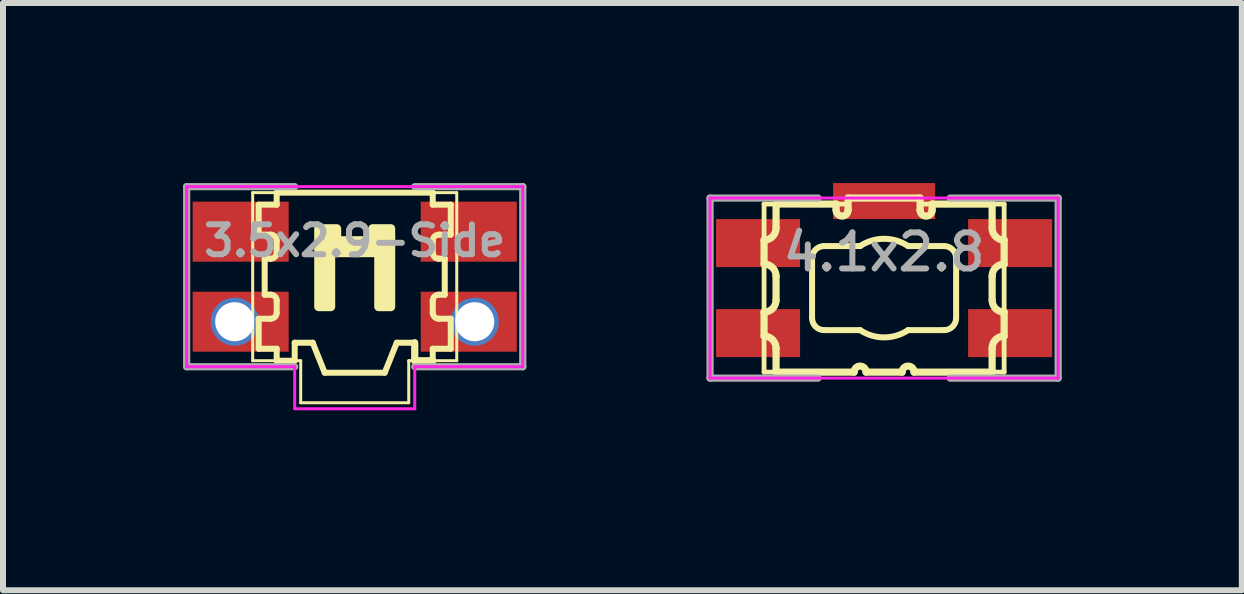
<source format=kicad_pcb>
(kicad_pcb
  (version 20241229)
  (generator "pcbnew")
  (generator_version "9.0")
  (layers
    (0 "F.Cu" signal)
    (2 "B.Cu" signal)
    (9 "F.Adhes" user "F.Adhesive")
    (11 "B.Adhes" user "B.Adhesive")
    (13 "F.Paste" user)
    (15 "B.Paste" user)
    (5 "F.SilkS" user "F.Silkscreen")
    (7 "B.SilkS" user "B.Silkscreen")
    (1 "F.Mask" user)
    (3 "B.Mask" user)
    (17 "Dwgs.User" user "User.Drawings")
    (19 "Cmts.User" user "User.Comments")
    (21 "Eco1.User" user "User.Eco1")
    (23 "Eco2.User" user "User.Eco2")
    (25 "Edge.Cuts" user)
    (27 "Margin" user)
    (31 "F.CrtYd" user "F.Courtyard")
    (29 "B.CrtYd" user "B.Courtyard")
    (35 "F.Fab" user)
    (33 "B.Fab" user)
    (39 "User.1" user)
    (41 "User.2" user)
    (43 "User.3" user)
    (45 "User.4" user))
  (footprint "4.1x2.8"
    (layer "F.Cu")
    (at 11.68 1.75)
    (property "Reference" "4.1x2.8" (at 0 -0.6 0) (layer "F.Fab") (effects (font (size 0.6 0.6) (thickness 0.1))))
    (attr through_hole)
    (fp_line (start -2 -1.4) (end -0.6 -1.4) (stroke (width 0.08) (type solid)) (layer "F.SilkS"))
    (fp_line (start -2 -0.8) (end -2 -0.4) (stroke (width 0.12) (type solid)) (layer "F.SilkS"))
    (fp_line (start -2 0.4) (end -2 0.8) (stroke (width 0.12) (type solid)) (layer "F.SilkS"))
    (fp_line (start -2 1.4) (end -2 -1.4) (stroke (width 0.08) (type solid)) (layer "F.SilkS"))
    (fp_line (start -1.8 -1.401) (end -0.8 -1.4) (stroke (width 0.12) (type solid)) (layer "F.SilkS"))
    (fp_line (start -1.8 -1.4) (end -1.8 -1) (stroke (width 0.12) (type solid)) (layer "F.SilkS"))
    (fp_line (start -1.8 0.2) (end -1.8 -0.2) (stroke (width 0.12) (type solid)) (layer "F.SilkS"))
    (fp_line (start -1.8 1.4) (end -1.8 1) (stroke (width 0.12) (type solid)) (layer "F.SilkS"))
    (fp_line (start -1.8 1.4) (end -0.5 1.4) (stroke (width 0.12) (type solid)) (layer "F.SilkS"))
    (fp_line (start -1.2 0.5) (end -1.2 -0.5) (stroke (width 0.1) (type solid)) (layer "F.SilkS"))
    (fp_line (start -0.8 -1.4) (end -0.8 -1.3) (stroke (width 0.12) (type solid)) (layer "F.SilkS"))
    (fp_line (start -0.6 -1.5) (end -0.6 -1.3) (stroke (width 0.12) (type solid)) (layer "F.SilkS"))
    (fp_line (start -0.6 -1.5) (end 0.6 -1.5) (stroke (width 0.12) (type solid)) (layer "F.SilkS"))
    (fp_line (start -0.5 1.4) (end -2 1.4) (stroke (width 0.08) (type solid)) (layer "F.SilkS"))
    (fp_line (start -0.4 -0.7) (end -1 -0.7) (stroke (width 0.1) (type solid)) (layer "F.SilkS"))
    (fp_line (start -0.4 0.7) (end -1 0.7) (stroke (width 0.1) (type solid)) (layer "F.SilkS"))
    (fp_line (start -0.3 1.4) (end 0.3 1.4) (stroke (width 0.12) (type solid)) (layer "F.SilkS"))
    (fp_line (start 0.4 -0.7) (end 1 -0.7) (stroke (width 0.1) (type solid)) (layer "F.SilkS"))
    (fp_line (start 0.4 0.7) (end 1 0.7) (stroke (width 0.1) (type solid)) (layer "F.SilkS"))
    (fp_line (start 0.5 1.4) (end 1.8 1.4) (stroke (width 0.12) (type solid)) (layer "F.SilkS"))
    (fp_line (start 0.6 -1.5) (end 0.6 -1.3) (stroke (width 0.12) (type solid)) (layer "F.SilkS"))
    (fp_line (start 0.6 -1.4) (end 2 -1.4) (stroke (width 0.08) (type solid)) (layer "F.SilkS"))
    (fp_line (start 0.8 -1.4) (end 0.8 -1.3) (stroke (width 0.12) (type solid)) (layer "F.SilkS"))
    (fp_line (start 0.8 -1.4) (end 1.8 -1.4) (stroke (width 0.12) (type solid)) (layer "F.SilkS"))
    (fp_line (start 1.2 -0.5) (end 1.2 0.5) (stroke (width 0.1) (type solid)) (layer "F.SilkS"))
    (fp_line (start 1.8 -1.4) (end 1.8 -1) (stroke (width 0.12) (type solid)) (layer "F.SilkS"))
    (fp_line (start 1.8 -0.2) (end 1.8 0.2) (stroke (width 0.12) (type solid)) (layer "F.SilkS"))
    (fp_line (start 1.8 1.4) (end 1.8 1) (stroke (width 0.12) (type solid)) (layer "F.SilkS"))
    (fp_line (start 2 -0.4) (end 2 -0.8) (stroke (width 0.12) (type solid)) (layer "F.SilkS"))
    (fp_line (start 2 0.8) (end 2 0.4) (stroke (width 0.12) (type solid)) (layer "F.SilkS"))
    (fp_line (start 2 1.4) (end 0.5 1.4) (stroke (width 0.08) (type solid)) (layer "F.SilkS"))
    (fp_line (start 2 1.4) (end 2 -1.4) (stroke (width 0.08) (type solid)) (layer "F.SilkS"))
    (fp_arc (start -2 -0.4) (mid -1.858579 -0.341421) (end -1.8 -0.2) (stroke (width 0.12) (type solid)) (layer "F.SilkS"))
    (fp_arc (start -2 0.8) (mid -1.858579 0.858579) (end -1.8 1) (stroke (width 0.12) (type solid)) (layer "F.SilkS"))
    (fp_arc (start -1.8 -1) (mid -1.858579 -0.858579) (end -2 -0.8) (stroke (width 0.12) (type solid)) (layer "F.SilkS"))
    (fp_arc (start -1.8 0.2) (mid -1.858579 0.341421) (end -2 0.4) (stroke (width 0.12) (type solid)) (layer "F.SilkS"))
    (fp_arc (start -1.2 -0.5) (mid -1.141421 -0.641421) (end -1 -0.7) (stroke (width 0.1) (type solid)) (layer "F.SilkS"))
    (fp_arc (start -1 0.7) (mid -1.141421 0.641421) (end -1.2 0.5) (stroke (width 0.1) (type solid)) (layer "F.SilkS"))
    (fp_arc (start -0.6 -1.3) (mid -0.7 -1.2) (end -0.8 -1.3) (stroke (width 0.12) (type solid)) (layer "F.SilkS"))
    (fp_arc (start -0.5 1.4) (mid -0.4 1.3) (end -0.3 1.4) (stroke (width 0.12) (type solid)) (layer "F.SilkS"))
    (fp_arc (start -0.4 -0.7) (mid 0.000082 -0.821249) (end 0.400206 -0.700139) (stroke (width 0.1) (type solid)) (layer "F.SilkS"))
    (fp_arc (start 0.3 1.4) (mid 0.4 1.3) (end 0.5 1.4) (stroke (width 0.12) (type solid)) (layer "F.SilkS"))
    (fp_arc (start 0.4 0.7) (mid -0.000082 0.821249) (end -0.400206 0.700139) (stroke (width 0.1) (type solid)) (layer "F.SilkS"))
    (fp_arc (start 0.8 -1.3) (mid 0.7 -1.2) (end 0.6 -1.3) (stroke (width 0.12) (type solid)) (layer "F.SilkS"))
    (fp_arc (start 1 -0.7) (mid 1.141421 -0.641421) (end 1.2 -0.5) (stroke (width 0.1) (type solid)) (layer "F.SilkS"))
    (fp_arc (start 1.2 0.5) (mid 1.141421 0.641421) (end 1 0.7) (stroke (width 0.1) (type solid)) (layer "F.SilkS"))
    (fp_arc (start 1.8 -0.2) (mid 1.858579 -0.341421) (end 2 -0.4) (stroke (width 0.12) (type solid)) (layer "F.SilkS"))
    (fp_arc (start 1.8 1) (mid 1.858579 0.858579) (end 2 0.8) (stroke (width 0.12) (type solid)) (layer "F.SilkS"))
    (fp_arc (start 2 -0.8) (mid 1.858579 -0.858579) (end 1.8 -1) (stroke (width 0.12) (type solid)) (layer "F.SilkS"))
    (fp_arc (start 2 0.4) (mid 1.858579 0.341421) (end 1.8 0.2) (stroke (width 0.12) (type solid)) (layer "F.SilkS"))
    (fp_line (start -2.9 -1.5) (end 2.9 -1.5) (stroke (width 0.05) (type solid)) (layer "F.CrtYd"))
    (fp_line (start -2.9 1.5) (end -2.9 -1.5) (stroke (width 0.05) (type solid)) (layer "F.CrtYd"))
    (fp_line (start -2.9 1.5) (end 2.9 1.5) (stroke (width 0.05) (type solid)) (layer "F.CrtYd"))
    (fp_line (start 2.9 -1.5) (end 2.9 1.5) (stroke (width 0.05) (type solid)) (layer "F.CrtYd"))
    (fp_line (start -2.9 -1.5) (end -2.9 1.5) (stroke (width 0.12) (type solid)) (layer "F.Fab"))
    (fp_line (start -2.9 -1.5) (end -1.1 -1.5) (stroke (width 0.12) (type solid)) (layer "F.Fab"))
    (fp_line (start -2.9 1.5) (end -1.1 1.5) (stroke (width 0.12) (type solid)) (layer "F.Fab"))
    (fp_line (start 2.9 -1.5) (end 1.1 -1.5) (stroke (width 0.12) (type solid)) (layer "F.Fab"))
    (fp_line (start 2.9 1.5) (end 1.1 1.5) (stroke (width 0.12) (type solid)) (layer "F.Fab"))
    (fp_line (start 2.9 1.5) (end 2.9 -1.5) (stroke (width 0.12) (type solid)) (layer "F.Fab"))
    (pad "0" smd rect (at 0 -1.45) (size 1.7 0.6) (layers "F.Cu" "F.Mask" "F.Paste"))
    (pad "1" smd rect (at -2.1 -0.75) (size 1.4 0.8) (layers "F.Cu" "F.Mask" "F.Paste"))
    (pad "2" smd rect (at -2.1 0.75) (size 1.4 0.8) (layers "F.Cu" "F.Mask" "F.Paste"))
    (pad "3" smd rect (at 2.1 -0.75) (size 1.4 0.8) (layers "F.Cu" "F.Mask" "F.Paste"))
    (pad "4" smd rect (at 2.1 0.75) (size 1.4 0.8) (layers "F.Cu" "F.Mask" "F.Paste")))
  (footprint "3.5x2.9-Side"
    (layer "F.Cu")
    (at 2.86 1.56)
    (property "Reference" "3.5x2.9-Side" (at 0 -0.6 0) (layer "F.Fab") (effects (font (size 0.5 0.5) (thickness 0.1))))
    (attr through_hole)
    (fp_line (start -1.7 -1.4) (end -1.7 1.4) (stroke (width 0.05) (type solid)) (layer "F.SilkS"))
    (fp_line (start -1.7 -1.4) (end 1.7 -1.4) (stroke (width 0.05) (type solid)) (layer "F.SilkS"))
    (fp_line (start -1.7 1.4) (end -0.9 1.4) (stroke (width 0.05) (type solid)) (layer "F.SilkS"))
    (fp_line (start -1.6 -1.2) (end -1.3 -1.2) (stroke (width 0.1) (type solid)) (layer "F.SilkS"))
    (fp_line (start -1.6 -0.7) (end -1.6 -1.2) (stroke (width 0.1) (type solid)) (layer "F.SilkS"))
    (fp_line (start -1.6 1.2) (end -1.6 0.7) (stroke (width 0.1) (type solid)) (layer "F.SilkS"))
    (fp_line (start -1.6 1.2) (end -1.3 1.2) (stroke (width 0.1) (type solid)) (layer "F.SilkS"))
    (fp_line (start -1.5 -0.3) (end -1.5 0.3) (stroke (width 0.1) (type solid)) (layer "F.SilkS"))
    (fp_line (start -1.4 -0.7) (end -1.6 -0.7) (stroke (width 0.1) (type solid)) (layer "F.SilkS"))
    (fp_line (start -1.4 -0.3) (end -1.5 -0.3) (stroke (width 0.1) (type solid)) (layer "F.SilkS"))
    (fp_line (start -1.4 0.3) (end -1.5 0.3) (stroke (width 0.1) (type solid)) (layer "F.SilkS"))
    (fp_line (start -1.4 0.7) (end -1.6 0.7) (stroke (width 0.1) (type solid)) (layer "F.SilkS"))
    (fp_line (start -1.3 -1.2) (end -1.3 -1.4) (stroke (width 0.1) (type solid)) (layer "F.SilkS"))
    (fp_line (start -1.3 -0.4) (end -1.3 -0.6) (stroke (width 0.1) (type solid)) (layer "F.SilkS"))
    (fp_line (start -1.3 0.6) (end -1.3 0.4) (stroke (width 0.1) (type solid)) (layer "F.SilkS"))
    (fp_line (start -1.3 1.4) (end -1.3 1.2) (stroke (width 0.1) (type solid)) (layer "F.SilkS"))
    (fp_line (start -1 1.1) (end -1 1.4) (stroke (width 0.1) (type solid)) (layer "F.SilkS"))
    (fp_line (start -1 1.1) (end -0.7 1.1) (stroke (width 0.1) (type solid)) (layer "F.SilkS"))
    (fp_line (start -1 1.4) (end -1.3 1.4) (stroke (width 0.1) (type solid)) (layer "F.SilkS"))
    (fp_line (start -0.9 2.1) (end -0.9 1.4) (stroke (width 0.05) (type solid)) (layer "F.SilkS"))
    (fp_line (start -0.5 1.6) (end -0.7 1.1) (stroke (width 0.1) (type solid)) (layer "F.SilkS"))
    (fp_line (start -0.5 1.6) (end 0.5 1.6) (stroke (width 0.1) (type solid)) (layer "F.SilkS"))
    (fp_line (start 0.5 1.6) (end 0.7 1.1) (stroke (width 0.1) (type solid)) (layer "F.SilkS"))
    (fp_line (start 0.7 1.1) (end 1 1.1) (stroke (width 0.1) (type solid)) (layer "F.SilkS"))
    (fp_line (start 0.9 1.4) (end 1.7 1.4) (stroke (width 0.05) (type solid)) (layer "F.SilkS"))
    (fp_line (start 0.9 2.1) (end -0.9 2.1) (stroke (width 0.05) (type solid)) (layer "F.SilkS"))
    (fp_line (start 0.9 2.1) (end 0.9 1.4) (stroke (width 0.05) (type solid)) (layer "F.SilkS"))
    (fp_line (start 1 1.1) (end 1 1.4) (stroke (width 0.12) (type solid)) (layer "F.SilkS"))
    (fp_line (start 1 1.4) (end 1.3 1.4) (stroke (width 0.12) (type solid)) (layer "F.SilkS"))
    (fp_line (start 1.3 -1.4) (end -1.3 -1.4) (stroke (width 0.1) (type solid)) (layer "F.SilkS"))
    (fp_line (start 1.3 -1.4) (end 1.3 -1.2) (stroke (width 0.1) (type solid)) (layer "F.SilkS"))
    (fp_line (start 1.3 -0.6) (end 1.3 -0.4) (stroke (width 0.1) (type solid)) (layer "F.SilkS"))
    (fp_line (start 1.3 0.4) (end 1.3 0.6) (stroke (width 0.1) (type solid)) (layer "F.SilkS"))
    (fp_line (start 1.3 1.2) (end 1.3 1.4) (stroke (width 0.1) (type solid)) (layer "F.SilkS"))
    (fp_line (start 1.4 -0.7) (end 1.6 -0.7) (stroke (width 0.1) (type solid)) (layer "F.SilkS"))
    (fp_line (start 1.4 -0.3) (end 1.5 -0.3) (stroke (width 0.1) (type solid)) (layer "F.SilkS"))
    (fp_line (start 1.4 0.3) (end 1.5 0.3) (stroke (width 0.1) (type solid)) (layer "F.SilkS"))
    (fp_line (start 1.4 0.7) (end 1.6 0.7) (stroke (width 0.1) (type solid)) (layer "F.SilkS"))
    (fp_line (start 1.5 0.3) (end 1.5 -0.3) (stroke (width 0.1) (type solid)) (layer "F.SilkS"))
    (fp_line (start 1.6 -1.2) (end 1.3 -1.2) (stroke (width 0.1) (type solid)) (layer "F.SilkS"))
    (fp_line (start 1.6 -1.2) (end 1.6 -0.7) (stroke (width 0.1) (type solid)) (layer "F.SilkS"))
    (fp_line (start 1.6 0.7) (end 1.6 1.2) (stroke (width 0.1) (type solid)) (layer "F.SilkS"))
    (fp_line (start 1.6 1.2) (end 1.3 1.2) (stroke (width 0.1) (type solid)) (layer "F.SilkS"))
    (fp_line (start 1.7 -1.4) (end 1.7 1.4) (stroke (width 0.05) (type solid)) (layer "F.SilkS"))
    (fp_arc (start -1.4 -0.7) (mid -1.329289 -0.670711) (end -1.3 -0.6) (stroke (width 0.1) (type solid)) (layer "F.SilkS"))
    (fp_arc (start -1.4 0.3) (mid -1.329289 0.329289) (end -1.3 0.4) (stroke (width 0.1) (type solid)) (layer "F.SilkS"))
    (fp_arc (start -1.3 -0.4) (mid -1.329289 -0.329289) (end -1.4 -0.3) (stroke (width 0.1) (type solid)) (layer "F.SilkS"))
    (fp_arc (start -1.3 0.6) (mid -1.329289 0.670711) (end -1.4 0.7) (stroke (width 0.1) (type solid)) (layer "F.SilkS"))
    (fp_arc (start 1.3 -0.6) (mid 1.329289 -0.670711) (end 1.4 -0.7) (stroke (width 0.1) (type solid)) (layer "F.SilkS"))
    (fp_arc (start 1.3 0.4) (mid 1.329289 0.329289) (end 1.4 0.3) (stroke (width 0.1) (type solid)) (layer "F.SilkS"))
    (fp_arc (start 1.4 -0.3) (mid 1.329289 -0.329289) (end 1.3 -0.4) (stroke (width 0.1) (type solid)) (layer "F.SilkS"))
    (fp_arc (start 1.4 0.7) (mid 1.329289 0.670711) (end 1.3 0.6) (stroke (width 0.1) (type solid)) (layer "F.SilkS"))
    (fp_poly (pts (xy -0.3 -0.6) (xy 0.3 -0.6) (xy 0.3 -0.8) (xy 0.6 -0.8) (xy 0.6 0.5) (xy 0.4 0.5) (xy 0.4 -0.4) (xy -0.4 -0.4) (xy -0.4 0.5) (xy -0.6 0.5) (xy -0.6 -0.8) (xy -0.3 -0.8)) (stroke (width 0.15) (type solid)) (fill yes) (layer "F.SilkS"))
    (fp_line (start -2.8 -1.5) (end 2.8 -1.5) (stroke (width 0.05) (type solid)) (layer "F.CrtYd"))
    (fp_line (start -2.8 1.5) (end -2.8 -1.5) (stroke (width 0.05) (type solid)) (layer "F.CrtYd"))
    (fp_line (start -1 1.5) (end -2.8 1.5) (stroke (width 0.05) (type solid)) (layer "F.CrtYd"))
    (fp_line (start -1 1.5) (end -1 2.2) (stroke (width 0.05) (type solid)) (layer "F.CrtYd"))
    (fp_line (start -1 2.2) (end 1 2.2) (stroke (width 0.05) (type solid)) (layer "F.CrtYd"))
    (fp_line (start 1 1.5) (end 1 2.2) (stroke (width 0.05) (type solid)) (layer "F.CrtYd"))
    (fp_line (start 2.8 1.5) (end 1 1.5) (stroke (width 0.05) (type solid)) (layer "F.CrtYd"))
    (fp_line (start 2.8 1.5) (end 2.8 -1.5) (stroke (width 0.05) (type solid)) (layer "F.CrtYd"))
    (fp_line (start -2.8 -1.5) (end -2.8 1.5) (stroke (width 0.12) (type solid)) (layer "F.Fab"))
    (fp_line (start -2.8 -1.5) (end -1 -1.5) (stroke (width 0.12) (type solid)) (layer "F.Fab"))
    (fp_line (start -2.8 1.5) (end -1 1.5) (stroke (width 0.12) (type solid)) (layer "F.Fab"))
    (fp_line (start 1 -1.5) (end 2.8 -1.5) (stroke (width 0.12) (type solid)) (layer "F.Fab"))
    (fp_line (start 1 1.5) (end 2.8 1.5) (stroke (width 0.12) (type solid)) (layer "F.Fab"))
    (fp_line (start 2.8 -1.5) (end 2.8 1.5) (stroke (width 0.12) (type solid)) (layer "F.Fab"))
    (pad "1" smd rect (at -1.9 -0.75) (size 1.6 1) (layers "F.Cu" "F.Mask" "F.Paste"))
    (pad "2" thru_hole oval (at -2 0.75) (size 0.8 0.8) (drill 0.65) (layers "*.Cu" "*.Mask"))
    (pad "2" smd rect (at -1.9 0.75) (size 1.6 1) (layers "F.Cu" "F.Mask" "F.Paste"))
    (pad "3" smd rect (at 1.9 -0.75) (size 1.6 1) (layers "F.Cu" "F.Mask" "F.Paste"))
    (pad "4" smd rect (at 1.9 0.75) (size 1.6 1) (layers "F.Cu" "F.Mask" "F.Paste"))
    (pad "4" thru_hole oval (at 2 0.75) (size 0.8 0.8) (drill 0.65) (layers "*.Cu" "*.Mask")))
  (gr_rect
    (start -3 -3)
    (end 17.64 6.785)
    (stroke (width 0.1) (type default))
    (fill no)
    (layer "Edge.Cuts")))
</source>
